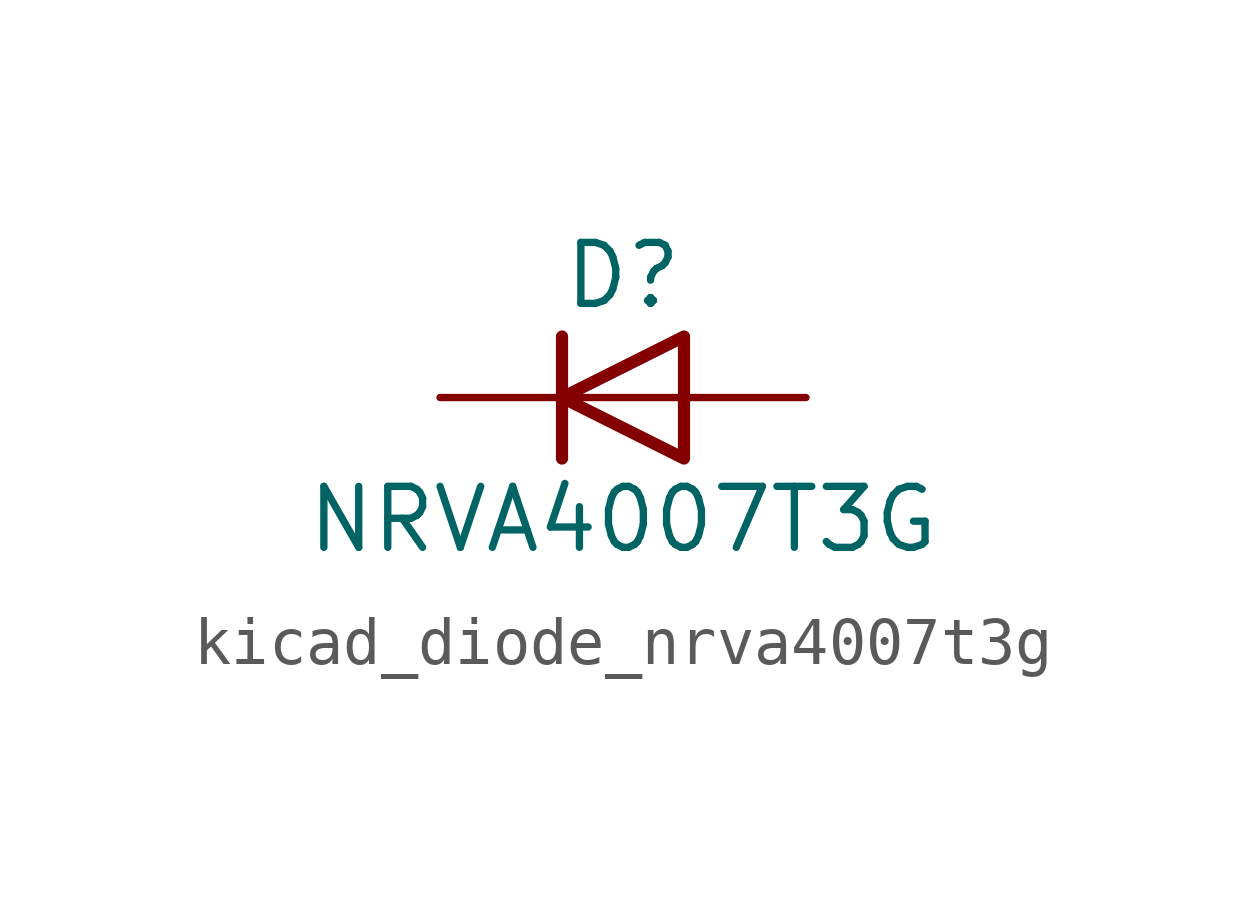
<source format=kicad_sym>
(kicad_symbol_lib
  (version 20220914)
  (generator kicad_symbol_editor)
  (symbol "kicad_diode_nrva4007t3g"
    (pin_numbers hide)
    (pin_names hide)
    (property "Reference" "D"
      (at 0 2.54 0)
      (effects (font (size 1.27 1.27))))
    (property "Value" "NRVA4007T3G"
      (at 0 -2.54 0)
      (effects (font (size 1.27 1.27))))
    (symbol "kicad_diode_nrva4007t3g_0_1"
      (polyline (pts (xy -1.27 1.27) (xy -1.27 -1.27)) (stroke (width 0.254) (type default)) (fill (type none)))
      (polyline (pts (xy 1.27 0) (xy -1.27 0)) (stroke (width 0) (type default)) (fill (type none)))
      (polyline (pts (xy 1.27 1.27) (xy 1.27 -1.27) (xy -1.27 0) (xy 1.27 1.27)) (stroke (width 0.254) (type default)) (fill (type none))))
    (symbol "kicad_diode_nrva4007t3g_1_1"
      (pin passive line (at -3.81 0 0) (length 2.54) (name "K" (effects (font (size 1.27 1.27)))) (number "1" (effects (font (size 1.27 1.27)))))
      (pin passive line (at 3.81 0 180) (length 2.54) (name "A" (effects (font (size 1.27 1.27)))) (number "2" (effects (font (size 1.27 1.27))))))))
</source>
